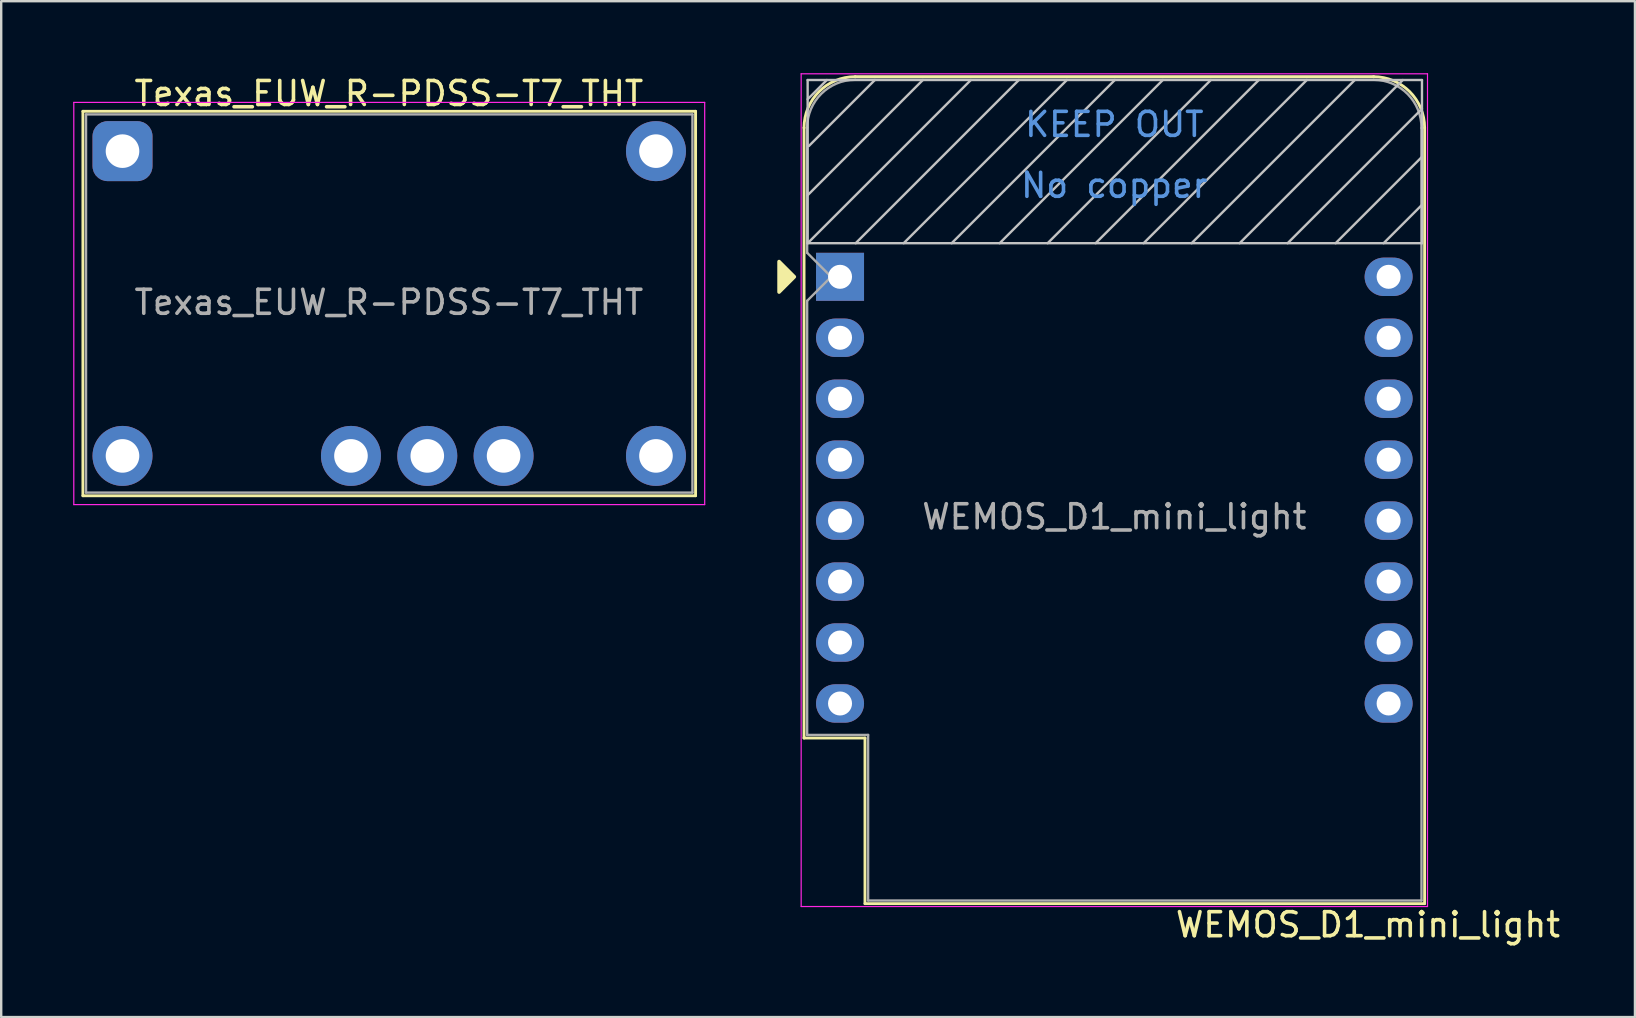
<source format=kicad_pcb>
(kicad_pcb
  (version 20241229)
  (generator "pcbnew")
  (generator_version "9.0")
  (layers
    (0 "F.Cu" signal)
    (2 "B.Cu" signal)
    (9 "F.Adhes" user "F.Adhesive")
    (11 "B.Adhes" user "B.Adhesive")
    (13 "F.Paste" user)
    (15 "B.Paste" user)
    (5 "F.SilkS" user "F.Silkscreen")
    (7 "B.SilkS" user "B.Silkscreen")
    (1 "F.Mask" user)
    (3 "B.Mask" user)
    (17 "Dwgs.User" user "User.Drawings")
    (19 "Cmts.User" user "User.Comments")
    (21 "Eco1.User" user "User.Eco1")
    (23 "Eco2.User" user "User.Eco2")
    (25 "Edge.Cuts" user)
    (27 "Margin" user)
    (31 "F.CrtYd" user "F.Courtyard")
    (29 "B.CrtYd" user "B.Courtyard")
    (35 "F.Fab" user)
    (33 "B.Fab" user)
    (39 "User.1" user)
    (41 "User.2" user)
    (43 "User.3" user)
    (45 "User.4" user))
  (footprint "WEMOS_D1_mini_light"
    (layer "F.Cu")
    (at 31.955 8.485)
    (property "Reference" "WEMOS_D1_mini_light" (at 22 27 0) (layer "F.SilkS") (effects (font (size 1 1) (thickness 0.15))))
    (attr through_hole)
    (fp_line (start -1.5 19.22) (end -1.5 -6.21) (stroke (width 0.12) (type solid)) (layer "F.SilkS"))
    (fp_line (start -1.5 19.22) (end 1.04 19.22) (stroke (width 0.12) (type solid)) (layer "F.SilkS"))
    (fp_line (start 1.04 19.22) (end 1.04 26.12) (stroke (width 0.12) (type solid)) (layer "F.SilkS"))
    (fp_line (start 1.04 26.12) (end 24.36 26.12) (stroke (width 0.12) (type solid)) (layer "F.SilkS"))
    (fp_line (start 22.24 -8.34) (end 0.63 -8.34) (stroke (width 0.12) (type solid)) (layer "F.SilkS"))
    (fp_line (start 24.36 26.12) (end 24.36 -6.21) (stroke (width 0.12) (type solid)) (layer "F.SilkS"))
    (fp_arc (start -1.5 -6.21) (mid -0.876137 -7.716137) (end 0.63 -8.34) (stroke (width 0.12) (type solid)) (layer "F.SilkS"))
    (fp_arc (start 22.23 -8.34) (mid 23.736137 -7.716137) (end 24.36 -6.21) (stroke (width 0.12) (type solid)) (layer "F.SilkS"))
    (fp_poly (pts (xy -2.54 -0.635) (xy -2.54 0.635) (xy -1.905 0)) (stroke (width 0.15) (type solid)) (fill yes) (layer "F.SilkS"))
    (fp_line (start -1.35 -8.2) (end -1.35 -1.4) (stroke (width 0.1) (type solid)) (layer "Dwgs.User"))
    (fp_line (start -1.35 -7.4) (end -0.55 -8.2) (stroke (width 0.1) (type solid)) (layer "Dwgs.User"))
    (fp_line (start -1.35 -3.4) (end 3.45 -8.2) (stroke (width 0.1) (type solid)) (layer "Dwgs.User"))
    (fp_line (start -1.35 -1.4) (end 5.45 -8.2) (stroke (width 0.1) (type solid)) (layer "Dwgs.User"))
    (fp_line (start -1.35 -1.4) (end 24.25 -1.4) (stroke (width 0.1) (type solid)) (layer "Dwgs.User"))
    (fp_line (start -1.3 -5.45) (end 1.45 -8.2) (stroke (width 0.1) (type solid)) (layer "Dwgs.User"))
    (fp_line (start 0.65 -1.4) (end 7.45 -8.2) (stroke (width 0.1) (type solid)) (layer "Dwgs.User"))
    (fp_line (start 2.65 -1.4) (end 9.45 -8.2) (stroke (width 0.1) (type solid)) (layer "Dwgs.User"))
    (fp_line (start 4.65 -1.4) (end 11.45 -8.2) (stroke (width 0.1) (type solid)) (layer "Dwgs.User"))
    (fp_line (start 6.65 -1.4) (end 13.45 -8.2) (stroke (width 0.1) (type solid)) (layer "Dwgs.User"))
    (fp_line (start 8.65 -1.4) (end 15.45 -8.2) (stroke (width 0.1) (type solid)) (layer "Dwgs.User"))
    (fp_line (start 10.65 -1.4) (end 17.45 -8.2) (stroke (width 0.1) (type solid)) (layer "Dwgs.User"))
    (fp_line (start 12.65 -1.4) (end 19.45 -8.2) (stroke (width 0.1) (type solid)) (layer "Dwgs.User"))
    (fp_line (start 14.65 -1.4) (end 21.45 -8.2) (stroke (width 0.1) (type solid)) (layer "Dwgs.User"))
    (fp_line (start 16.65 -1.4) (end 23.45 -8.2) (stroke (width 0.1) (type solid)) (layer "Dwgs.User"))
    (fp_line (start 18.65 -1.4) (end 24.25 -7) (stroke (width 0.1) (type solid)) (layer "Dwgs.User"))
    (fp_line (start 20.65 -1.4) (end 24.25 -5) (stroke (width 0.1) (type solid)) (layer "Dwgs.User"))
    (fp_line (start 22.65 -1.4) (end 24.25 -3) (stroke (width 0.1) (type solid)) (layer "Dwgs.User"))
    (fp_line (start 24.25 -8.2) (end -1.35 -8.2) (stroke (width 0.1) (type solid)) (layer "Dwgs.User"))
    (fp_line (start 24.25 -1.4) (end 24.25 -8.2) (stroke (width 0.1) (type solid)) (layer "Dwgs.User"))
    (fp_line (start -1.62 -8.46) (end 24.48 -8.46) (stroke (width 0.05) (type solid)) (layer "F.CrtYd"))
    (fp_line (start -1.62 26.24) (end -1.62 -8.46) (stroke (width 0.05) (type solid)) (layer "F.CrtYd"))
    (fp_line (start 24.48 -8.46) (end 24.48 26.24) (stroke (width 0.05) (type solid)) (layer "F.CrtYd"))
    (fp_line (start 24.48 26.24) (end -1.62 26.24) (stroke (width 0.05) (type solid)) (layer "F.CrtYd"))
    (fp_line (start -1.37 -6.21) (end -1.37 -1) (stroke (width 0.1) (type solid)) (layer "F.Fab"))
    (fp_line (start -1.37 1) (end -1.37 19.09) (stroke (width 0.1) (type solid)) (layer "F.Fab"))
    (fp_line (start -1.37 1) (end -0.37 0) (stroke (width 0.1) (type solid)) (layer "F.Fab"))
    (fp_line (start -1.37 19.09) (end 1.17 19.09) (stroke (width 0.1) (type solid)) (layer "F.Fab"))
    (fp_line (start -0.37 0) (end -1.37 -1) (stroke (width 0.1) (type solid)) (layer "F.Fab"))
    (fp_line (start 1.17 19.09) (end 1.17 25.99) (stroke (width 0.1) (type solid)) (layer "F.Fab"))
    (fp_line (start 1.17 25.99) (end 24.23 25.99) (stroke (width 0.1) (type solid)) (layer "F.Fab"))
    (fp_line (start 22.23 -8.21) (end 0.63 -8.21) (stroke (width 0.1) (type solid)) (layer "F.Fab"))
    (fp_line (start 24.23 25.99) (end 24.23 -6.21) (stroke (width 0.1) (type solid)) (layer "F.Fab"))
    (fp_arc (start -1.37 -6.21) (mid -0.784214 -7.624214) (end 0.63 -8.21) (stroke (width 0.1) (type solid)) (layer "F.Fab"))
    (fp_arc (start 22.25 -8.21) (mid 23.658356 -7.610071) (end 24.23 -6.19) (stroke (width 0.1) (type solid)) (layer "F.Fab"))
    (fp_text user "No copper" (at 11.43 -3.81 0) (layer "Cmts.User") (effects (font (size 1 1) (thickness 0.15))))
    (fp_text user "KEEP OUT" (at 11.43 -6.35 0) (layer "Cmts.User") (effects (font (size 1 1) (thickness 0.15))))
    (fp_text user "${REFERENCE}" (at 11.43 10 0) (layer "F.Fab") (effects (font (size 1 1) (thickness 0.15))))
    (pad "1" thru_hole rect (at 0 0) (size 2 2) (drill 1) (layers "*.Cu" "*.Mask"))
    (pad "2" thru_hole oval (at 0 2.54) (size 2 1.6) (drill 1) (layers "*.Cu" "*.Mask"))
    (pad "3" thru_hole oval (at 0 5.08) (size 2 1.6) (drill 1) (layers "*.Cu" "*.Mask"))
    (pad "4" thru_hole oval (at 0 7.62) (size 2 1.6) (drill 1) (layers "*.Cu" "*.Mask"))
    (pad "5" thru_hole oval (at 0 10.16) (size 2 1.6) (drill 1) (layers "*.Cu" "*.Mask"))
    (pad "6" thru_hole oval (at 0 12.7) (size 2 1.6) (drill 1) (layers "*.Cu" "*.Mask"))
    (pad "7" thru_hole oval (at 0 15.24) (size 2 1.6) (drill 1) (layers "*.Cu" "*.Mask"))
    (pad "8" thru_hole oval (at 0 17.78) (size 2 1.6) (drill 1) (layers "*.Cu" "*.Mask"))
    (pad "9" thru_hole oval (at 22.86 17.78) (size 2 1.6) (drill 1) (layers "*.Cu" "*.Mask"))
    (pad "10" thru_hole oval (at 22.86 15.24) (size 2 1.6) (drill 1) (layers "*.Cu" "*.Mask"))
    (pad "11" thru_hole oval (at 22.86 12.7) (size 2 1.6) (drill 1) (layers "*.Cu" "*.Mask"))
    (pad "12" thru_hole oval (at 22.86 10.16) (size 2 1.6) (drill 1) (layers "*.Cu" "*.Mask"))
    (pad "13" thru_hole oval (at 22.86 7.62) (size 2 1.6) (drill 1) (layers "*.Cu" "*.Mask"))
    (pad "14" thru_hole oval (at 22.86 5.08) (size 2 1.6) (drill 1) (layers "*.Cu" "*.Mask"))
    (pad "15" thru_hole oval (at 22.86 2.54) (size 2 1.6) (drill 1) (layers "*.Cu" "*.Mask"))
    (pad "16" thru_hole oval (at 22.86 0) (size 2 1.6) (drill 1) (layers "*.Cu" "*.Mask")))
  (footprint "Texas_EUW_R-PDSS-T7_THT"
    (layer "F.Cu")
    (at 2.055 3.248)
    (property "Reference" "Texas_EUW_R-PDSS-T7_THT" (at 11.1 -2.4 0) (layer "F.SilkS") (effects (font (size 1 1) (thickness 0.15))))
    (attr through_hole)
    (fp_line (start -1.65 -1.66) (end -1.65 14.36) (stroke (width 0.12) (type solid)) (layer "F.SilkS"))
    (fp_line (start -1.65 -1.66) (end 23.88 -1.66) (stroke (width 0.12) (type solid)) (layer "F.SilkS"))
    (fp_line (start -1.65 14.36) (end 23.88 14.36) (stroke (width 0.12) (type solid)) (layer "F.SilkS"))
    (fp_line (start 23.88 -1.66) (end 23.88 14.36) (stroke (width 0.12) (type solid)) (layer "F.SilkS"))
    (fp_line (start -2.03 14.73) (end -2.03 -2.03) (stroke (width 0.05) (type solid)) (layer "F.CrtYd"))
    (fp_line (start 24.26 -2.03) (end -2.03 -2.03) (stroke (width 0.05) (type solid)) (layer "F.CrtYd"))
    (fp_line (start 24.26 -2.03) (end 24.26 14.73) (stroke (width 0.05) (type solid)) (layer "F.CrtYd"))
    (fp_line (start 24.26 14.73) (end -2.03 14.73) (stroke (width 0.05) (type solid)) (layer "F.CrtYd"))
    (fp_line (start -1.52 14.23) (end -1.52 -1.53) (stroke (width 0.1) (type solid)) (layer "F.Fab"))
    (fp_line (start -1.52 14.23) (end 23.75 14.23) (stroke (width 0.1) (type solid)) (layer "F.Fab"))
    (fp_line (start 23.75 -1.53) (end -1.52 -1.53) (stroke (width 0.1) (type solid)) (layer "F.Fab"))
    (fp_line (start 23.75 14.23) (end 23.75 -1.53) (stroke (width 0.1) (type solid)) (layer "F.Fab"))
    (fp_text user "${REFERENCE}" (at 11.1 6.3 0) (layer "F.Fab") (effects (font (size 1 1) (thickness 0.15))))
    (pad "1" thru_hole roundrect (at 0 0) (size 2.5 2.5) (drill 1.4) (layers "*.Cu" "*.Mask") (roundrect_rratio 0.25))
    (pad "2" thru_hole circle (at 0 12.7) (size 2.5 2.5) (drill 1.4) (layers "*.Cu" "*.Mask"))
    (pad "3" thru_hole circle (at 9.52 12.7) (size 2.5 2.5) (drill 1.4) (layers "*.Cu" "*.Mask"))
    (pad "4" thru_hole circle (at 12.7 12.7) (size 2.5 2.5) (drill 1.4) (layers "*.Cu" "*.Mask"))
    (pad "5" thru_hole circle (at 15.88 12.7) (size 2.5 2.5) (drill 1.4) (layers "*.Cu" "*.Mask"))
    (pad "6" thru_hole circle (at 22.23 12.7) (size 2.5 2.5) (drill 1.4) (layers "*.Cu" "*.Mask"))
    (pad "7" thru_hole circle (at 22.23 0) (size 2.5 2.5) (drill 1.4) (layers "*.Cu" "*.Mask")))
  (gr_rect
    (start -3 -3)
    (end 65.08 39.333)
    (stroke (width 0.1) (type default))
    (fill no)
    (layer "Edge.Cuts")))
</source>
